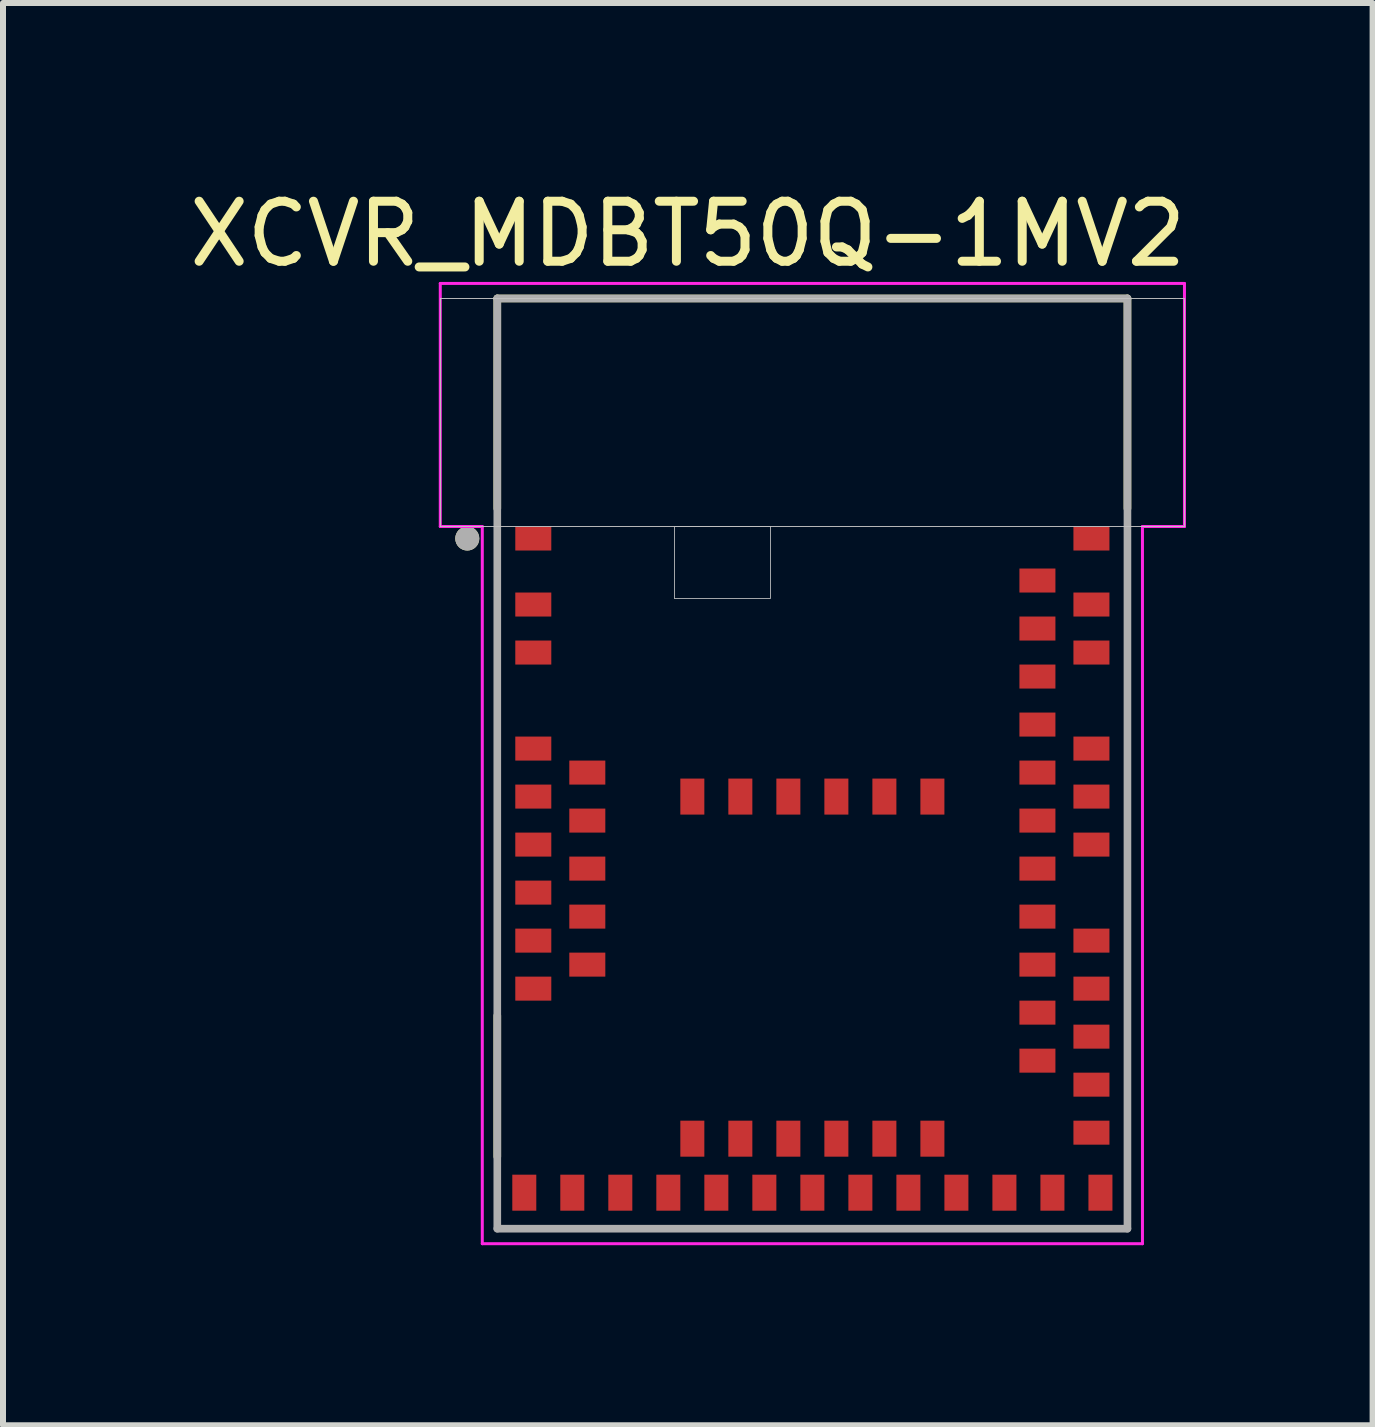
<source format=kicad_pcb>
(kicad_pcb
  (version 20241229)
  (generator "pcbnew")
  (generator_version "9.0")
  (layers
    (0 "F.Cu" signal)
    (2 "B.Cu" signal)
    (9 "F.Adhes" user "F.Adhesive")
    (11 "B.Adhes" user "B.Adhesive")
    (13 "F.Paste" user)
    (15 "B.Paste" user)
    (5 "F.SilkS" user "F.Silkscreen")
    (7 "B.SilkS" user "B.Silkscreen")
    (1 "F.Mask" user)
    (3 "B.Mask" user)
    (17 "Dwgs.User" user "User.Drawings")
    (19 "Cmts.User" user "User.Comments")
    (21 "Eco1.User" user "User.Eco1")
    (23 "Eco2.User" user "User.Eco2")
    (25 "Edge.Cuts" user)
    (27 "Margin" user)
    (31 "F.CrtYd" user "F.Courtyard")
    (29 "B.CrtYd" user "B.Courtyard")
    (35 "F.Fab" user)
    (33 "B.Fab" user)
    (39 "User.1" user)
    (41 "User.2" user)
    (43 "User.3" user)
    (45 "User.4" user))
  (footprint "XCVR_MDBT50Q-1MV2"
    (layer "F.Cu")
    (at 10.486 9.673)
    (property "Reference" "XCVR_MDBT50Q-1MV2" (at -2.075 -8.825 0) (layer "F.SilkS") (effects (font (size 1 1) (thickness 0.15))))
    (attr through_hole)
    (fp_line (start -5.25 -7.75) (end 5.25 -7.75) (stroke (width 0.127) (type solid)) (layer "F.SilkS"))
    (fp_line (start -5.25 -4.25) (end -5.25 -7.75) (stroke (width 0.127) (type solid)) (layer "F.SilkS"))
    (fp_line (start -5.25 4.2) (end -5.25 6.55) (stroke (width 0.127) (type solid)) (layer "F.SilkS"))
    (fp_line (start 5.25 -7.75) (end 5.25 -4.25) (stroke (width 0.127) (type solid)) (layer "F.SilkS"))
    (fp_circle (center -5.75 -3.75) (end -5.65 -3.75) (stroke (width 0.2) (type solid)) (fill no) (layer "F.SilkS"))
    (fp_poly (pts (xy -6.2 -7.75) (xy 6.2 -7.75) (xy 6.2 -3.95) (xy -6.2 -3.95)) (stroke (width 0.01) (type solid)) (fill no) (layer "Dwgs.User"))
    (fp_poly (pts (xy -6.2 -7.75) (xy 6.2 -7.75) (xy 6.2 -3.95) (xy -6.2 -3.95)) (stroke (width 0.01) (type solid)) (fill no) (layer "Dwgs.User"))
    (fp_poly (pts (xy -6.2 -7.75) (xy 6.2 -7.75) (xy 6.2 -3.95) (xy -6.2 -3.95)) (stroke (width 0.01) (type solid)) (fill no) (layer "Dwgs.User"))
    (fp_poly (pts (xy -2.3 -3.95) (xy -0.7 -3.95) (xy -0.7 -2.75) (xy -2.3 -2.75)) (stroke (width 0.01) (type solid)) (fill no) (layer "Dwgs.User"))
    (fp_poly (pts (xy -2.3 -3.95) (xy -0.7 -3.95) (xy -0.7 -2.75) (xy -2.3 -2.75)) (stroke (width 0.01) (type solid)) (fill no) (layer "Dwgs.User"))
    (fp_line (start -6.2 -8) (end 6.2 -8) (stroke (width 0.05) (type solid)) (layer "F.CrtYd"))
    (fp_line (start -6.2 -3.95) (end -6.2 -8) (stroke (width 0.05) (type solid)) (layer "F.CrtYd"))
    (fp_line (start -5.5 -3.95) (end -6.2 -3.95) (stroke (width 0.05) (type solid)) (layer "F.CrtYd"))
    (fp_line (start -5.5 8) (end -5.5 -3.95) (stroke (width 0.05) (type solid)) (layer "F.CrtYd"))
    (fp_line (start 5.5 -3.95) (end 5.5 8) (stroke (width 0.05) (type solid)) (layer "F.CrtYd"))
    (fp_line (start 5.5 8) (end -5.5 8) (stroke (width 0.05) (type solid)) (layer "F.CrtYd"))
    (fp_line (start 6.2 -8) (end 6.2 -3.95) (stroke (width 0.05) (type solid)) (layer "F.CrtYd"))
    (fp_line (start 6.2 -3.95) (end 5.5 -3.95) (stroke (width 0.05) (type solid)) (layer "F.CrtYd"))
    (fp_line (start -5.25 -7.75) (end 5.25 -7.75) (stroke (width 0.127) (type solid)) (layer "F.Fab"))
    (fp_line (start -5.25 7.75) (end -5.25 -7.75) (stroke (width 0.127) (type solid)) (layer "F.Fab"))
    (fp_line (start 5.25 -7.75) (end 5.25 7.75) (stroke (width 0.127) (type solid)) (layer "F.Fab"))
    (fp_line (start 5.25 7.75) (end -5.25 7.75) (stroke (width 0.127) (type solid)) (layer "F.Fab"))
    (fp_circle (center -5.75 -3.75) (end -5.65 -3.75) (stroke (width 0.2) (type solid)) (fill no) (layer "F.Fab"))
    (pad "1" smd rect (at -4.65 -3.75) (size 0.6 0.4) (layers "F.Cu" "F.Mask" "F.Paste"))
    (pad "2" smd rect (at -4.65 -2.65) (size 0.6 0.4) (layers "F.Cu" "F.Mask" "F.Paste"))
    (pad "3" smd rect (at -4.65 -1.85) (size 0.6 0.4) (layers "F.Cu" "F.Mask" "F.Paste"))
    (pad "4" smd rect (at -4.65 -0.25) (size 0.6 0.4) (layers "F.Cu" "F.Mask" "F.Paste"))
    (pad "5" smd rect (at -3.75 0.15) (size 0.6 0.4) (layers "F.Cu" "F.Mask" "F.Paste"))
    (pad "6" smd rect (at -4.65 0.55) (size 0.6 0.4) (layers "F.Cu" "F.Mask" "F.Paste"))
    (pad "7" smd rect (at -3.75 0.95) (size 0.6 0.4) (layers "F.Cu" "F.Mask" "F.Paste"))
    (pad "8" smd rect (at -4.65 1.35) (size 0.6 0.4) (layers "F.Cu" "F.Mask" "F.Paste"))
    (pad "9" smd rect (at -3.75 1.75) (size 0.6 0.4) (layers "F.Cu" "F.Mask" "F.Paste"))
    (pad "10" smd rect (at -4.65 2.15) (size 0.6 0.4) (layers "F.Cu" "F.Mask" "F.Paste"))
    (pad "11" smd rect (at -3.75 2.55) (size 0.6 0.4) (layers "F.Cu" "F.Mask" "F.Paste"))
    (pad "12" smd rect (at -4.65 2.95) (size 0.6 0.4) (layers "F.Cu" "F.Mask" "F.Paste"))
    (pad "13" smd rect (at -3.75 3.35) (size 0.6 0.4) (layers "F.Cu" "F.Mask" "F.Paste"))
    (pad "14" smd rect (at -4.65 3.75) (size 0.6 0.4) (layers "F.Cu" "F.Mask" "F.Paste"))
    (pad "15" smd rect (at -4.8 7.15) (size 0.4 0.6) (layers "F.Cu" "F.Mask" "F.Paste"))
    (pad "16" smd rect (at -4 7.15) (size 0.4 0.6) (layers "F.Cu" "F.Mask" "F.Paste"))
    (pad "17" smd rect (at -3.2 7.15) (size 0.4 0.6) (layers "F.Cu" "F.Mask" "F.Paste"))
    (pad "18" smd rect (at -2.4 7.15) (size 0.4 0.6) (layers "F.Cu" "F.Mask" "F.Paste"))
    (pad "19" smd rect (at -2 6.25) (size 0.4 0.6) (layers "F.Cu" "F.Mask" "F.Paste"))
    (pad "20" smd rect (at -1.6 7.15) (size 0.4 0.6) (layers "F.Cu" "F.Mask" "F.Paste"))
    (pad "21" smd rect (at -1.2 6.25) (size 0.4 0.6) (layers "F.Cu" "F.Mask" "F.Paste"))
    (pad "22" smd rect (at -0.8 7.15) (size 0.4 0.6) (layers "F.Cu" "F.Mask" "F.Paste"))
    (pad "23" smd rect (at -0.4 6.25) (size 0.4 0.6) (layers "F.Cu" "F.Mask" "F.Paste"))
    (pad "24" smd rect (at 0 7.15) (size 0.4 0.6) (layers "F.Cu" "F.Mask" "F.Paste"))
    (pad "25" smd rect (at 0.4 6.25) (size 0.4 0.6) (layers "F.Cu" "F.Mask" "F.Paste"))
    (pad "26" smd rect (at 0.8 7.15) (size 0.4 0.6) (layers "F.Cu" "F.Mask" "F.Paste"))
    (pad "27" smd rect (at 1.2 6.25) (size 0.4 0.6) (layers "F.Cu" "F.Mask" "F.Paste"))
    (pad "28" smd rect (at 1.6 7.15) (size 0.4 0.6) (layers "F.Cu" "F.Mask" "F.Paste"))
    (pad "29" smd rect (at 2 6.25) (size 0.4 0.6) (layers "F.Cu" "F.Mask" "F.Paste"))
    (pad "30" smd rect (at 2.4 7.15) (size 0.4 0.6) (layers "F.Cu" "F.Mask" "F.Paste"))
    (pad "31" smd rect (at 3.2 7.15) (size 0.4 0.6) (layers "F.Cu" "F.Mask" "F.Paste"))
    (pad "32" smd rect (at 4 7.15) (size 0.4 0.6) (layers "F.Cu" "F.Mask" "F.Paste"))
    (pad "33" smd rect (at 4.8 7.15) (size 0.4 0.6) (layers "F.Cu" "F.Mask" "F.Paste"))
    (pad "34" smd rect (at 4.65 6.15) (size 0.6 0.4) (layers "F.Cu" "F.Mask" "F.Paste"))
    (pad "35" smd rect (at 4.65 5.35) (size 0.6 0.4) (layers "F.Cu" "F.Mask" "F.Paste"))
    (pad "36" smd rect (at 3.75 4.95) (size 0.6 0.4) (layers "F.Cu" "F.Mask" "F.Paste"))
    (pad "37" smd rect (at 4.65 4.55) (size 0.6 0.4) (layers "F.Cu" "F.Mask" "F.Paste"))
    (pad "38" smd rect (at 3.75 4.15) (size 0.6 0.4) (layers "F.Cu" "F.Mask" "F.Paste"))
    (pad "39" smd rect (at 4.65 3.75) (size 0.6 0.4) (layers "F.Cu" "F.Mask" "F.Paste"))
    (pad "40" smd rect (at 3.75 3.35) (size 0.6 0.4) (layers "F.Cu" "F.Mask" "F.Paste"))
    (pad "41" smd rect (at 4.65 2.95) (size 0.6 0.4) (layers "F.Cu" "F.Mask" "F.Paste"))
    (pad "42" smd rect (at 3.75 2.55) (size 0.6 0.4) (layers "F.Cu" "F.Mask" "F.Paste"))
    (pad "43" smd rect (at 3.75 1.75) (size 0.6 0.4) (layers "F.Cu" "F.Mask" "F.Paste"))
    (pad "44" smd rect (at 4.65 1.35) (size 0.6 0.4) (layers "F.Cu" "F.Mask" "F.Paste"))
    (pad "45" smd rect (at 3.75 0.95) (size 0.6 0.4) (layers "F.Cu" "F.Mask" "F.Paste"))
    (pad "46" smd rect (at 4.65 0.55) (size 0.6 0.4) (layers "F.Cu" "F.Mask" "F.Paste"))
    (pad "47" smd rect (at 3.75 0.15) (size 0.6 0.4) (layers "F.Cu" "F.Mask" "F.Paste"))
    (pad "48" smd rect (at 4.65 -0.25) (size 0.6 0.4) (layers "F.Cu" "F.Mask" "F.Paste"))
    (pad "49" smd rect (at 3.75 -0.65) (size 0.6 0.4) (layers "F.Cu" "F.Mask" "F.Paste"))
    (pad "50" smd rect (at 3.75 -1.45) (size 0.6 0.4) (layers "F.Cu" "F.Mask" "F.Paste"))
    (pad "51" smd rect (at 4.65 -1.85) (size 0.6 0.4) (layers "F.Cu" "F.Mask" "F.Paste"))
    (pad "52" smd rect (at 3.75 -2.25) (size 0.6 0.4) (layers "F.Cu" "F.Mask" "F.Paste"))
    (pad "53" smd rect (at 4.65 -2.65) (size 0.6 0.4) (layers "F.Cu" "F.Mask" "F.Paste"))
    (pad "54" smd rect (at 3.75 -3.05) (size 0.6 0.4) (layers "F.Cu" "F.Mask" "F.Paste"))
    (pad "55" smd rect (at 4.65 -3.75) (size 0.6 0.4) (layers "F.Cu" "F.Mask" "F.Paste"))
    (pad "56" smd rect (at -2 0.55) (size 0.4 0.6) (layers "F.Cu" "F.Mask" "F.Paste"))
    (pad "57" smd rect (at -1.2 0.55) (size 0.4 0.6) (layers "F.Cu" "F.Mask" "F.Paste"))
    (pad "58" smd rect (at -0.4 0.55) (size 0.4 0.6) (layers "F.Cu" "F.Mask" "F.Paste"))
    (pad "59" smd rect (at 0.4 0.55) (size 0.4 0.6) (layers "F.Cu" "F.Mask" "F.Paste"))
    (pad "60" smd rect (at 1.2 0.55) (size 0.4 0.6) (layers "F.Cu" "F.Mask" "F.Paste"))
    (pad "61" smd rect (at 2 0.55) (size 0.4 0.6) (layers "F.Cu" "F.Mask" "F.Paste")))
  (gr_rect
    (start -3 -3)
    (end 19.821 20.698)
    (stroke (width 0.1) (type default))
    (fill no)
    (layer "Edge.Cuts")))
</source>
